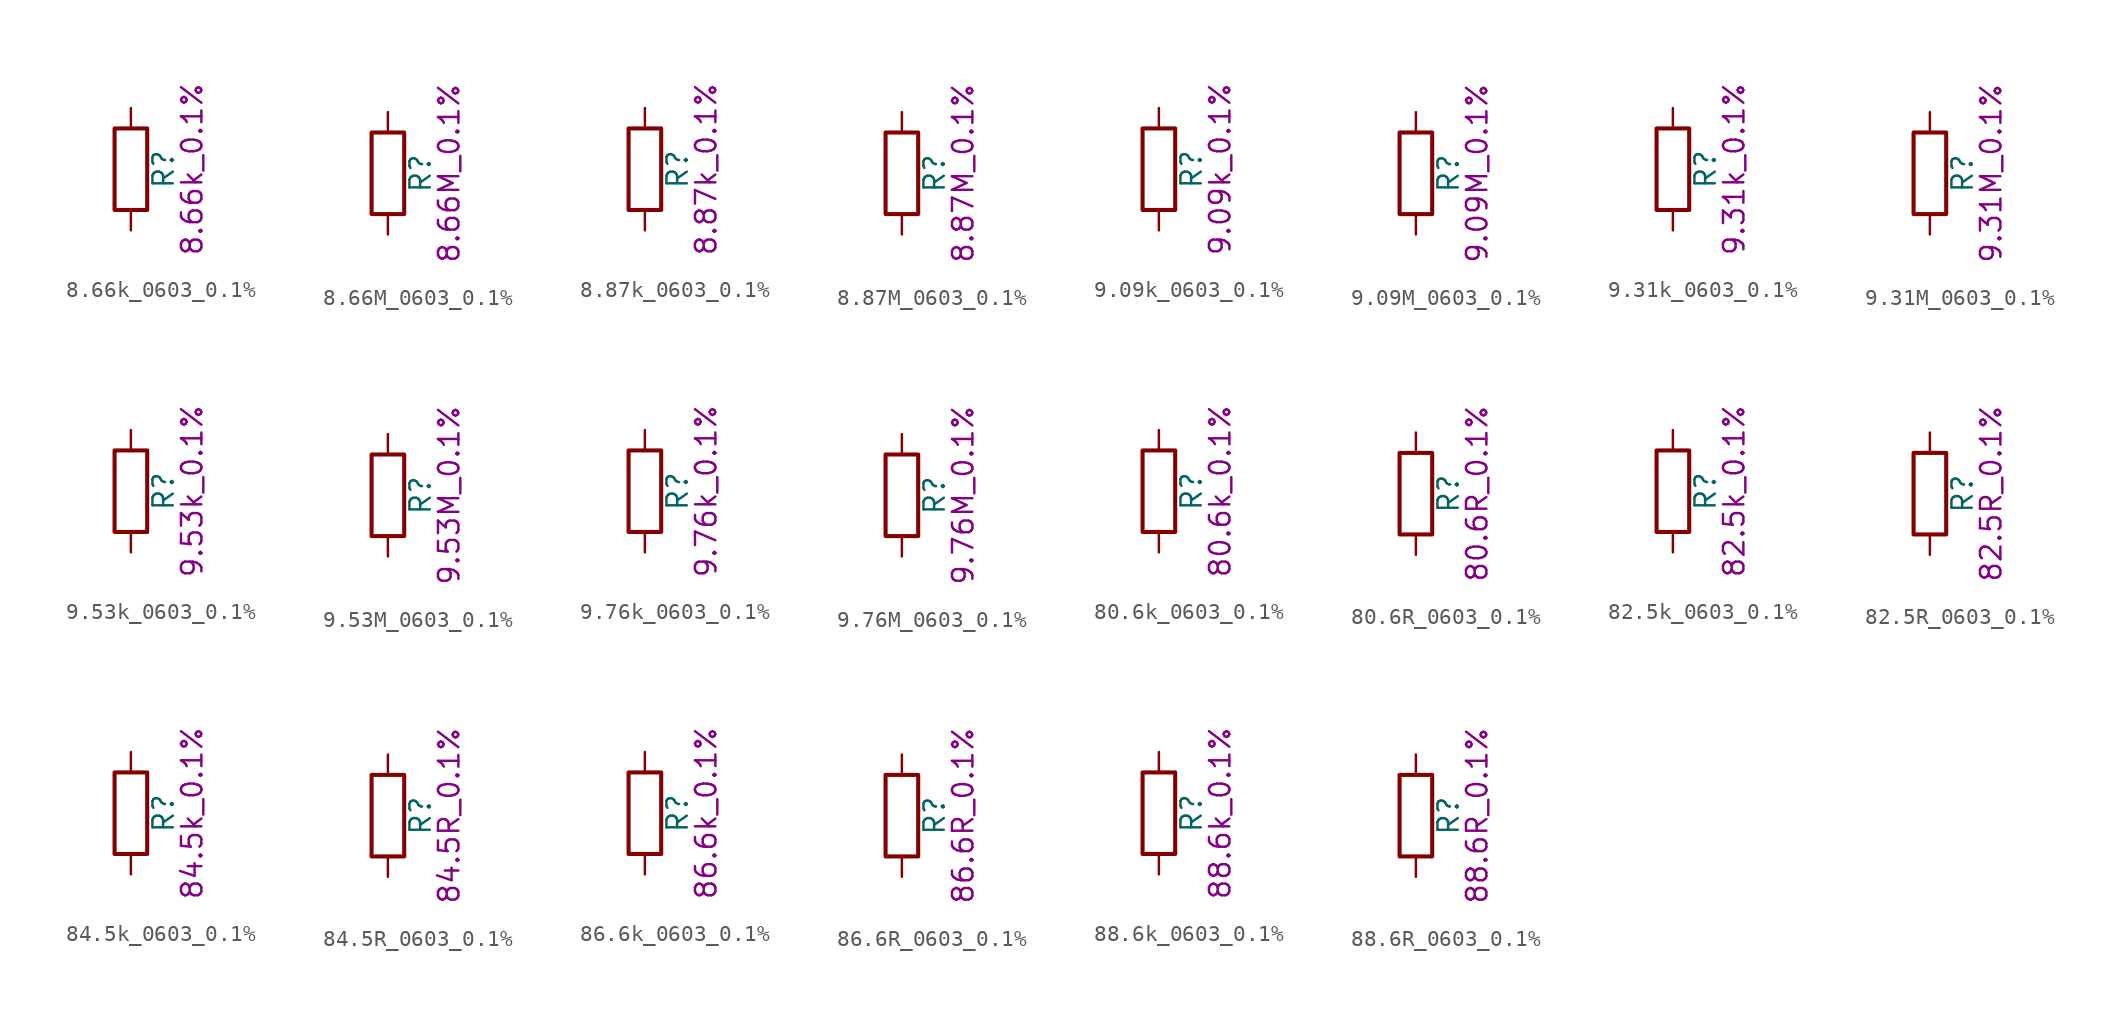
<source format=kicad_sym>
(kicad_symbol_lib
  (version 20211014)
  (generator kicad_symbol_editor)
  (symbol "8.66k_0603_0.1%"
    (pin_numbers hide)
    (pin_names
      (offset 0))
    (property "Reference" "R"
      (at 2.032 0 90)
      (effects (font (size 1.27 1.27))))
    (property "Display" "8.66k_0.1%"
      (at 3.81 0 90)
      (effects (font (size 1.27 1.27))))
    (symbol "8.66k_0603_0.1%_0_1"
      (rectangle (start -1.016 -2.54) (end 1.016 2.54) (stroke (width 0.254) (type default) (color 0 0 0 0)) (fill (type none))))
    (symbol "8.66k_0603_0.1%_1_1"
      (pin passive line (at 0 3.81 270) (length 1.27) (name "~" (effects (font (size 1.27 1.27)))) (number "1" (effects (font (size 1.27 1.27)))))
      (pin passive line (at 0 -3.81 90) (length 1.27) (name "~" (effects (font (size 1.27 1.27)))) (number "2" (effects (font (size 1.27 1.27)))))))
  (symbol "8.66M_0603_0.1%"
    (pin_numbers hide)
    (pin_names
      (offset 0))
    (property "Reference" "R"
      (at 2.032 0 90)
      (effects (font (size 1.27 1.27))))
    (property "Display" "8.66M_0.1%"
      (at 3.81 0 90)
      (effects (font (size 1.27 1.27))))
    (symbol "8.66M_0603_0.1%_0_1"
      (rectangle (start -1.016 -2.54) (end 1.016 2.54) (stroke (width 0.254) (type default) (color 0 0 0 0)) (fill (type none))))
    (symbol "8.66M_0603_0.1%_1_1"
      (pin passive line (at 0 3.81 270) (length 1.27) (name "~" (effects (font (size 1.27 1.27)))) (number "1" (effects (font (size 1.27 1.27)))))
      (pin passive line (at 0 -3.81 90) (length 1.27) (name "~" (effects (font (size 1.27 1.27)))) (number "2" (effects (font (size 1.27 1.27)))))))
  (symbol "8.87k_0603_0.1%"
    (pin_numbers hide)
    (pin_names
      (offset 0))
    (property "Reference" "R"
      (at 2.032 0 90)
      (effects (font (size 1.27 1.27))))
    (property "Display" "8.87k_0.1%"
      (at 3.81 0 90)
      (effects (font (size 1.27 1.27))))
    (symbol "8.87k_0603_0.1%_0_1"
      (rectangle (start -1.016 -2.54) (end 1.016 2.54) (stroke (width 0.254) (type default) (color 0 0 0 0)) (fill (type none))))
    (symbol "8.87k_0603_0.1%_1_1"
      (pin passive line (at 0 3.81 270) (length 1.27) (name "~" (effects (font (size 1.27 1.27)))) (number "1" (effects (font (size 1.27 1.27)))))
      (pin passive line (at 0 -3.81 90) (length 1.27) (name "~" (effects (font (size 1.27 1.27)))) (number "2" (effects (font (size 1.27 1.27)))))))
  (symbol "8.87M_0603_0.1%"
    (pin_numbers hide)
    (pin_names
      (offset 0))
    (property "Reference" "R"
      (at 2.032 0 90)
      (effects (font (size 1.27 1.27))))
    (property "Display" "8.87M_0.1%"
      (at 3.81 0 90)
      (effects (font (size 1.27 1.27))))
    (symbol "8.87M_0603_0.1%_0_1"
      (rectangle (start -1.016 -2.54) (end 1.016 2.54) (stroke (width 0.254) (type default) (color 0 0 0 0)) (fill (type none))))
    (symbol "8.87M_0603_0.1%_1_1"
      (pin passive line (at 0 3.81 270) (length 1.27) (name "~" (effects (font (size 1.27 1.27)))) (number "1" (effects (font (size 1.27 1.27)))))
      (pin passive line (at 0 -3.81 90) (length 1.27) (name "~" (effects (font (size 1.27 1.27)))) (number "2" (effects (font (size 1.27 1.27)))))))
  (symbol "9.09k_0603_0.1%"
    (pin_numbers hide)
    (pin_names
      (offset 0))
    (property "Reference" "R"
      (at 2.032 0 90)
      (effects (font (size 1.27 1.27))))
    (property "Display" "9.09k_0.1%"
      (at 3.81 0 90)
      (effects (font (size 1.27 1.27))))
    (symbol "9.09k_0603_0.1%_0_1"
      (rectangle (start -1.016 -2.54) (end 1.016 2.54) (stroke (width 0.254) (type default) (color 0 0 0 0)) (fill (type none))))
    (symbol "9.09k_0603_0.1%_1_1"
      (pin passive line (at 0 3.81 270) (length 1.27) (name "~" (effects (font (size 1.27 1.27)))) (number "1" (effects (font (size 1.27 1.27)))))
      (pin passive line (at 0 -3.81 90) (length 1.27) (name "~" (effects (font (size 1.27 1.27)))) (number "2" (effects (font (size 1.27 1.27)))))))
  (symbol "9.09M_0603_0.1%"
    (pin_numbers hide)
    (pin_names
      (offset 0))
    (property "Reference" "R"
      (at 2.032 0 90)
      (effects (font (size 1.27 1.27))))
    (property "Display" "9.09M_0.1%"
      (at 3.81 0 90)
      (effects (font (size 1.27 1.27))))
    (symbol "9.09M_0603_0.1%_0_1"
      (rectangle (start -1.016 -2.54) (end 1.016 2.54) (stroke (width 0.254) (type default) (color 0 0 0 0)) (fill (type none))))
    (symbol "9.09M_0603_0.1%_1_1"
      (pin passive line (at 0 3.81 270) (length 1.27) (name "~" (effects (font (size 1.27 1.27)))) (number "1" (effects (font (size 1.27 1.27)))))
      (pin passive line (at 0 -3.81 90) (length 1.27) (name "~" (effects (font (size 1.27 1.27)))) (number "2" (effects (font (size 1.27 1.27)))))))
  (symbol "9.31k_0603_0.1%"
    (pin_numbers hide)
    (pin_names
      (offset 0))
    (property "Reference" "R"
      (at 2.032 0 90)
      (effects (font (size 1.27 1.27))))
    (property "Display" "9.31k_0.1%"
      (at 3.81 0 90)
      (effects (font (size 1.27 1.27))))
    (symbol "9.31k_0603_0.1%_0_1"
      (rectangle (start -1.016 -2.54) (end 1.016 2.54) (stroke (width 0.254) (type default) (color 0 0 0 0)) (fill (type none))))
    (symbol "9.31k_0603_0.1%_1_1"
      (pin passive line (at 0 3.81 270) (length 1.27) (name "~" (effects (font (size 1.27 1.27)))) (number "1" (effects (font (size 1.27 1.27)))))
      (pin passive line (at 0 -3.81 90) (length 1.27) (name "~" (effects (font (size 1.27 1.27)))) (number "2" (effects (font (size 1.27 1.27)))))))
  (symbol "9.31M_0603_0.1%"
    (pin_numbers hide)
    (pin_names
      (offset 0))
    (property "Reference" "R"
      (at 2.032 0 90)
      (effects (font (size 1.27 1.27))))
    (property "Display" "9.31M_0.1%"
      (at 3.81 0 90)
      (effects (font (size 1.27 1.27))))
    (symbol "9.31M_0603_0.1%_0_1"
      (rectangle (start -1.016 -2.54) (end 1.016 2.54) (stroke (width 0.254) (type default) (color 0 0 0 0)) (fill (type none))))
    (symbol "9.31M_0603_0.1%_1_1"
      (pin passive line (at 0 3.81 270) (length 1.27) (name "~" (effects (font (size 1.27 1.27)))) (number "1" (effects (font (size 1.27 1.27)))))
      (pin passive line (at 0 -3.81 90) (length 1.27) (name "~" (effects (font (size 1.27 1.27)))) (number "2" (effects (font (size 1.27 1.27)))))))
  (symbol "9.53k_0603_0.1%"
    (pin_numbers hide)
    (pin_names
      (offset 0))
    (property "Reference" "R"
      (at 2.032 0 90)
      (effects (font (size 1.27 1.27))))
    (property "Display" "9.53k_0.1%"
      (at 3.81 0 90)
      (effects (font (size 1.27 1.27))))
    (symbol "9.53k_0603_0.1%_0_1"
      (rectangle (start -1.016 -2.54) (end 1.016 2.54) (stroke (width 0.254) (type default) (color 0 0 0 0)) (fill (type none))))
    (symbol "9.53k_0603_0.1%_1_1"
      (pin passive line (at 0 3.81 270) (length 1.27) (name "~" (effects (font (size 1.27 1.27)))) (number "1" (effects (font (size 1.27 1.27)))))
      (pin passive line (at 0 -3.81 90) (length 1.27) (name "~" (effects (font (size 1.27 1.27)))) (number "2" (effects (font (size 1.27 1.27)))))))
  (symbol "9.53M_0603_0.1%"
    (pin_numbers hide)
    (pin_names
      (offset 0))
    (property "Reference" "R"
      (at 2.032 0 90)
      (effects (font (size 1.27 1.27))))
    (property "Display" "9.53M_0.1%"
      (at 3.81 0 90)
      (effects (font (size 1.27 1.27))))
    (symbol "9.53M_0603_0.1%_0_1"
      (rectangle (start -1.016 -2.54) (end 1.016 2.54) (stroke (width 0.254) (type default) (color 0 0 0 0)) (fill (type none))))
    (symbol "9.53M_0603_0.1%_1_1"
      (pin passive line (at 0 3.81 270) (length 1.27) (name "~" (effects (font (size 1.27 1.27)))) (number "1" (effects (font (size 1.27 1.27)))))
      (pin passive line (at 0 -3.81 90) (length 1.27) (name "~" (effects (font (size 1.27 1.27)))) (number "2" (effects (font (size 1.27 1.27)))))))
  (symbol "9.76k_0603_0.1%"
    (pin_numbers hide)
    (pin_names
      (offset 0))
    (property "Reference" "R"
      (at 2.032 0 90)
      (effects (font (size 1.27 1.27))))
    (property "Display" "9.76k_0.1%"
      (at 3.81 0 90)
      (effects (font (size 1.27 1.27))))
    (symbol "9.76k_0603_0.1%_0_1"
      (rectangle (start -1.016 -2.54) (end 1.016 2.54) (stroke (width 0.254) (type default) (color 0 0 0 0)) (fill (type none))))
    (symbol "9.76k_0603_0.1%_1_1"
      (pin passive line (at 0 3.81 270) (length 1.27) (name "~" (effects (font (size 1.27 1.27)))) (number "1" (effects (font (size 1.27 1.27)))))
      (pin passive line (at 0 -3.81 90) (length 1.27) (name "~" (effects (font (size 1.27 1.27)))) (number "2" (effects (font (size 1.27 1.27)))))))
  (symbol "9.76M_0603_0.1%"
    (pin_numbers hide)
    (pin_names
      (offset 0))
    (property "Reference" "R"
      (at 2.032 0 90)
      (effects (font (size 1.27 1.27))))
    (property "Display" "9.76M_0.1%"
      (at 3.81 0 90)
      (effects (font (size 1.27 1.27))))
    (symbol "9.76M_0603_0.1%_0_1"
      (rectangle (start -1.016 -2.54) (end 1.016 2.54) (stroke (width 0.254) (type default) (color 0 0 0 0)) (fill (type none))))
    (symbol "9.76M_0603_0.1%_1_1"
      (pin passive line (at 0 3.81 270) (length 1.27) (name "~" (effects (font (size 1.27 1.27)))) (number "1" (effects (font (size 1.27 1.27)))))
      (pin passive line (at 0 -3.81 90) (length 1.27) (name "~" (effects (font (size 1.27 1.27)))) (number "2" (effects (font (size 1.27 1.27)))))))
  (symbol "80.6k_0603_0.1%"
    (pin_numbers hide)
    (pin_names
      (offset 0))
    (property "Reference" "R"
      (at 2.032 0 90)
      (effects (font (size 1.27 1.27))))
    (property "Display" "80.6k_0.1%"
      (at 3.81 0 90)
      (effects (font (size 1.27 1.27))))
    (symbol "80.6k_0603_0.1%_0_1"
      (rectangle (start -1.016 -2.54) (end 1.016 2.54) (stroke (width 0.254) (type default) (color 0 0 0 0)) (fill (type none))))
    (symbol "80.6k_0603_0.1%_1_1"
      (pin passive line (at 0 3.81 270) (length 1.27) (name "~" (effects (font (size 1.27 1.27)))) (number "1" (effects (font (size 1.27 1.27)))))
      (pin passive line (at 0 -3.81 90) (length 1.27) (name "~" (effects (font (size 1.27 1.27)))) (number "2" (effects (font (size 1.27 1.27)))))))
  (symbol "80.6R_0603_0.1%"
    (pin_numbers hide)
    (pin_names
      (offset 0))
    (property "Reference" "R"
      (at 2.032 0 90)
      (effects (font (size 1.27 1.27))))
    (property "Display" "80.6R_0.1%"
      (at 3.81 0 90)
      (effects (font (size 1.27 1.27))))
    (symbol "80.6R_0603_0.1%_0_1"
      (rectangle (start -1.016 -2.54) (end 1.016 2.54) (stroke (width 0.254) (type default) (color 0 0 0 0)) (fill (type none))))
    (symbol "80.6R_0603_0.1%_1_1"
      (pin passive line (at 0 3.81 270) (length 1.27) (name "~" (effects (font (size 1.27 1.27)))) (number "1" (effects (font (size 1.27 1.27)))))
      (pin passive line (at 0 -3.81 90) (length 1.27) (name "~" (effects (font (size 1.27 1.27)))) (number "2" (effects (font (size 1.27 1.27)))))))
  (symbol "82.5k_0603_0.1%"
    (pin_numbers hide)
    (pin_names
      (offset 0))
    (property "Reference" "R"
      (at 2.032 0 90)
      (effects (font (size 1.27 1.27))))
    (property "Display" "82.5k_0.1%"
      (at 3.81 0 90)
      (effects (font (size 1.27 1.27))))
    (symbol "82.5k_0603_0.1%_0_1"
      (rectangle (start -1.016 -2.54) (end 1.016 2.54) (stroke (width 0.254) (type default) (color 0 0 0 0)) (fill (type none))))
    (symbol "82.5k_0603_0.1%_1_1"
      (pin passive line (at 0 3.81 270) (length 1.27) (name "~" (effects (font (size 1.27 1.27)))) (number "1" (effects (font (size 1.27 1.27)))))
      (pin passive line (at 0 -3.81 90) (length 1.27) (name "~" (effects (font (size 1.27 1.27)))) (number "2" (effects (font (size 1.27 1.27)))))))
  (symbol "82.5R_0603_0.1%"
    (pin_numbers hide)
    (pin_names
      (offset 0))
    (property "Reference" "R"
      (at 2.032 0 90)
      (effects (font (size 1.27 1.27))))
    (property "Display" "82.5R_0.1%"
      (at 3.81 0 90)
      (effects (font (size 1.27 1.27))))
    (symbol "82.5R_0603_0.1%_0_1"
      (rectangle (start -1.016 -2.54) (end 1.016 2.54) (stroke (width 0.254) (type default) (color 0 0 0 0)) (fill (type none))))
    (symbol "82.5R_0603_0.1%_1_1"
      (pin passive line (at 0 3.81 270) (length 1.27) (name "~" (effects (font (size 1.27 1.27)))) (number "1" (effects (font (size 1.27 1.27)))))
      (pin passive line (at 0 -3.81 90) (length 1.27) (name "~" (effects (font (size 1.27 1.27)))) (number "2" (effects (font (size 1.27 1.27)))))))
  (symbol "84.5k_0603_0.1%"
    (pin_numbers hide)
    (pin_names
      (offset 0))
    (property "Reference" "R"
      (at 2.032 0 90)
      (effects (font (size 1.27 1.27))))
    (property "Display" "84.5k_0.1%"
      (at 3.81 0 90)
      (effects (font (size 1.27 1.27))))
    (symbol "84.5k_0603_0.1%_0_1"
      (rectangle (start -1.016 -2.54) (end 1.016 2.54) (stroke (width 0.254) (type default) (color 0 0 0 0)) (fill (type none))))
    (symbol "84.5k_0603_0.1%_1_1"
      (pin passive line (at 0 3.81 270) (length 1.27) (name "~" (effects (font (size 1.27 1.27)))) (number "1" (effects (font (size 1.27 1.27)))))
      (pin passive line (at 0 -3.81 90) (length 1.27) (name "~" (effects (font (size 1.27 1.27)))) (number "2" (effects (font (size 1.27 1.27)))))))
  (symbol "84.5R_0603_0.1%"
    (pin_numbers hide)
    (pin_names
      (offset 0))
    (property "Reference" "R"
      (at 2.032 0 90)
      (effects (font (size 1.27 1.27))))
    (property "Display" "84.5R_0.1%"
      (at 3.81 0 90)
      (effects (font (size 1.27 1.27))))
    (symbol "84.5R_0603_0.1%_0_1"
      (rectangle (start -1.016 -2.54) (end 1.016 2.54) (stroke (width 0.254) (type default) (color 0 0 0 0)) (fill (type none))))
    (symbol "84.5R_0603_0.1%_1_1"
      (pin passive line (at 0 3.81 270) (length 1.27) (name "~" (effects (font (size 1.27 1.27)))) (number "1" (effects (font (size 1.27 1.27)))))
      (pin passive line (at 0 -3.81 90) (length 1.27) (name "~" (effects (font (size 1.27 1.27)))) (number "2" (effects (font (size 1.27 1.27)))))))
  (symbol "86.6k_0603_0.1%"
    (pin_numbers hide)
    (pin_names
      (offset 0))
    (property "Reference" "R"
      (at 2.032 0 90)
      (effects (font (size 1.27 1.27))))
    (property "Display" "86.6k_0.1%"
      (at 3.81 0 90)
      (effects (font (size 1.27 1.27))))
    (symbol "86.6k_0603_0.1%_0_1"
      (rectangle (start -1.016 -2.54) (end 1.016 2.54) (stroke (width 0.254) (type default) (color 0 0 0 0)) (fill (type none))))
    (symbol "86.6k_0603_0.1%_1_1"
      (pin passive line (at 0 3.81 270) (length 1.27) (name "~" (effects (font (size 1.27 1.27)))) (number "1" (effects (font (size 1.27 1.27)))))
      (pin passive line (at 0 -3.81 90) (length 1.27) (name "~" (effects (font (size 1.27 1.27)))) (number "2" (effects (font (size 1.27 1.27)))))))
  (symbol "86.6R_0603_0.1%"
    (pin_numbers hide)
    (pin_names
      (offset 0))
    (property "Reference" "R"
      (at 2.032 0 90)
      (effects (font (size 1.27 1.27))))
    (property "Display" "86.6R_0.1%"
      (at 3.81 0 90)
      (effects (font (size 1.27 1.27))))
    (symbol "86.6R_0603_0.1%_0_1"
      (rectangle (start -1.016 -2.54) (end 1.016 2.54) (stroke (width 0.254) (type default) (color 0 0 0 0)) (fill (type none))))
    (symbol "86.6R_0603_0.1%_1_1"
      (pin passive line (at 0 3.81 270) (length 1.27) (name "~" (effects (font (size 1.27 1.27)))) (number "1" (effects (font (size 1.27 1.27)))))
      (pin passive line (at 0 -3.81 90) (length 1.27) (name "~" (effects (font (size 1.27 1.27)))) (number "2" (effects (font (size 1.27 1.27)))))))
  (symbol "88.6k_0603_0.1%"
    (pin_numbers hide)
    (pin_names
      (offset 0))
    (property "Reference" "R"
      (at 2.032 0 90)
      (effects (font (size 1.27 1.27))))
    (property "Display" "88.6k_0.1%"
      (at 3.81 0 90)
      (effects (font (size 1.27 1.27))))
    (symbol "88.6k_0603_0.1%_0_1"
      (rectangle (start -1.016 -2.54) (end 1.016 2.54) (stroke (width 0.254) (type default) (color 0 0 0 0)) (fill (type none))))
    (symbol "88.6k_0603_0.1%_1_1"
      (pin passive line (at 0 3.81 270) (length 1.27) (name "~" (effects (font (size 1.27 1.27)))) (number "1" (effects (font (size 1.27 1.27)))))
      (pin passive line (at 0 -3.81 90) (length 1.27) (name "~" (effects (font (size 1.27 1.27)))) (number "2" (effects (font (size 1.27 1.27)))))))
  (symbol "88.6R_0603_0.1%"
    (pin_numbers hide)
    (pin_names
      (offset 0))
    (property "Reference" "R"
      (at 2.032 0 90)
      (effects (font (size 1.27 1.27))))
    (property "Display" "88.6R_0.1%"
      (at 3.81 0 90)
      (effects (font (size 1.27 1.27))))
    (symbol "88.6R_0603_0.1%_0_1"
      (rectangle (start -1.016 -2.54) (end 1.016 2.54) (stroke (width 0.254) (type default) (color 0 0 0 0)) (fill (type none))))
    (symbol "88.6R_0603_0.1%_1_1"
      (pin passive line (at 0 3.81 270) (length 1.27) (name "~" (effects (font (size 1.27 1.27)))) (number "1" (effects (font (size 1.27 1.27)))))
      (pin passive line (at 0 -3.81 90) (length 1.27) (name "~" (effects (font (size 1.27 1.27)))) (number "2" (effects (font (size 1.27 1.27))))))))
</source>
